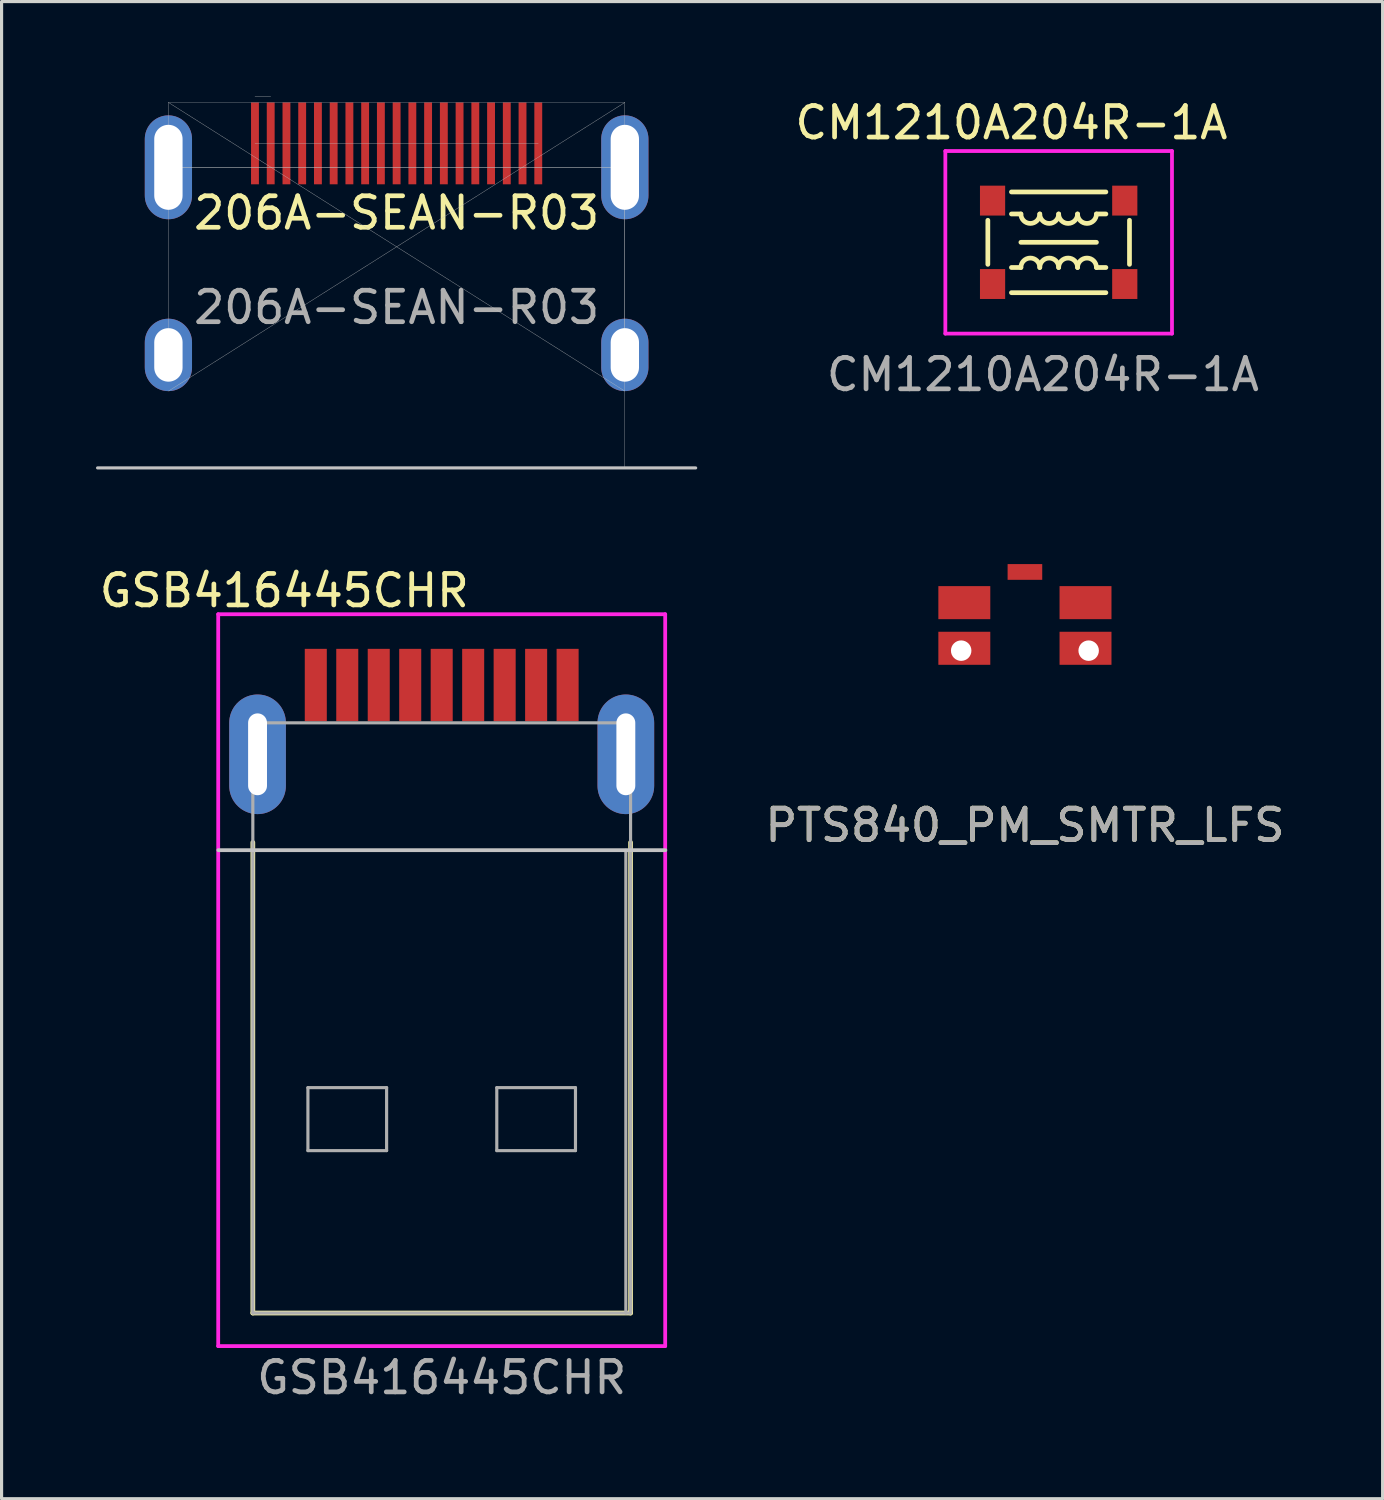
<source format=kicad_pcb>
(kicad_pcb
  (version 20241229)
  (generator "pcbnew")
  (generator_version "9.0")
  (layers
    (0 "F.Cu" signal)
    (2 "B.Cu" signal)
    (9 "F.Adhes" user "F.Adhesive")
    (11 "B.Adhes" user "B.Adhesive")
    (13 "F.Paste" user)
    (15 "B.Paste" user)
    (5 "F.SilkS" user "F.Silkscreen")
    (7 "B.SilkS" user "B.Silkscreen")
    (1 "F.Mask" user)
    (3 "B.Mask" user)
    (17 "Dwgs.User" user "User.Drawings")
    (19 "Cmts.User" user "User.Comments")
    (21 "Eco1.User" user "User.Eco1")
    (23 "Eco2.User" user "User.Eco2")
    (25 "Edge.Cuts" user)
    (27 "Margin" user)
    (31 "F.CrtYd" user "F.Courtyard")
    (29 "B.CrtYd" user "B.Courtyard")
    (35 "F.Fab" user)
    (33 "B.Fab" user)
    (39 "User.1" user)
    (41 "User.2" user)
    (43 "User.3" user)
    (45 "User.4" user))
  (footprint "206A-SEAN-R03"
    (layer "F.Cu")
    (at 9.55 4.79)
    (property "Reference" "206A-SEAN-R03" (at 0 -1.075 0) (unlocked yes) (layer "F.SilkS") (effects (font (size 1 1) (thickness 0.15))))
    (fp_line (start -9.5 7.025) (end 9.5 7.025) (stroke (width 0.1) (type solid)) (layer "Dwgs.User"))
    (fp_line (start -7.25 -4.585) (end 7.25 -4.585) (stroke (width 0.01) (type solid)) (layer "Dwgs.User"))
    (fp_line (start -7.25 -4.585) (end 7.25 4.585) (stroke (width 0.01) (type solid)) (layer "Dwgs.User"))
    (fp_line (start -7.25 -2.525) (end -7.25 -4.585) (stroke (width 0.01) (type solid)) (layer "Dwgs.User"))
    (fp_line (start -7.25 -2.525) (end -7.25 3.435) (stroke (width 0.01) (type solid)) (layer "Dwgs.User"))
    (fp_line (start -7.25 -2.525) (end 7.25 -2.525) (stroke (width 0.01) (type solid)) (layer "Dwgs.User"))
    (fp_line (start -4.5 -4.785) (end -4 -4.785) (stroke (width 0.01) (type solid)) (layer "Dwgs.User"))
    (fp_line (start -4.5 -3.285) (end 4.5 -3.285) (stroke (width 0.01) (type solid)) (layer "Dwgs.User"))
    (fp_line (start 0 -2.525) (end -7.25 -2.525) (stroke (width 0.01) (type solid)) (layer "Dwgs.User"))
    (fp_line (start 7.25 -4.585) (end -7.25 4.585) (stroke (width 0.01) (type solid)) (layer "Dwgs.User"))
    (fp_line (start 7.25 -2.525) (end 0 -2.525) (stroke (width 0.01) (type solid)) (layer "Dwgs.User"))
    (fp_line (start 7.25 -2.525) (end 7.25 -4.585) (stroke (width 0.01) (type solid)) (layer "Dwgs.User"))
    (fp_line (start 7.25 -2.525) (end 7.25 3.435) (stroke (width 0.01) (type solid)) (layer "Dwgs.User"))
    (fp_line (start 7.25 -2.525) (end 7.25 7.025) (stroke (width 0.01) (type solid)) (layer "Dwgs.User"))
    (fp_text user "${REFERENCE}" (at 0 1.925 0) (unlocked yes) (layer "F.Fab") (effects (font (size 1 1) (thickness 0.15))))
    (pad "1" smd rect (at 4.5 -3.285 180) (size 0.25 2.6) (layers "F.Cu" "F.Mask" "F.Paste"))
    (pad "2" smd rect (at 4 -3.285 180) (size 0.25 2.6) (layers "F.Cu" "F.Mask" "F.Paste"))
    (pad "3" smd rect (at 3.5 -3.285 180) (size 0.25 2.6) (layers "F.Cu" "F.Mask" "F.Paste"))
    (pad "4" smd rect (at 3 -3.285 180) (size 0.25 2.6) (layers "F.Cu" "F.Mask" "F.Paste"))
    (pad "5" smd rect (at 2.5 -3.285 180) (size 0.25 2.6) (layers "F.Cu" "F.Mask" "F.Paste"))
    (pad "6" smd rect (at 2 -3.285 180) (size 0.25 2.6) (layers "F.Cu" "F.Mask" "F.Paste"))
    (pad "7" smd rect (at 1.5 -3.285 180) (size 0.25 2.6) (layers "F.Cu" "F.Mask" "F.Paste"))
    (pad "8" smd rect (at 1 -3.285 180) (size 0.25 2.6) (layers "F.Cu" "F.Mask" "F.Paste"))
    (pad "9" smd rect (at 0.5 -3.285 180) (size 0.25 2.6) (layers "F.Cu" "F.Mask" "F.Paste"))
    (pad "10" smd rect (at 0 -3.285 180) (size 0.25 2.6) (layers "F.Cu" "F.Mask" "F.Paste"))
    (pad "11" smd rect (at -0.5 -3.285 180) (size 0.25 2.6) (layers "F.Cu" "F.Mask" "F.Paste"))
    (pad "12" smd rect (at -1 -3.285 180) (size 0.25 2.6) (layers "F.Cu" "F.Mask" "F.Paste"))
    (pad "13" smd rect (at -1.5 -3.285 180) (size 0.25 2.6) (layers "F.Cu" "F.Mask" "F.Paste"))
    (pad "14" smd rect (at -2 -3.285 180) (size 0.25 2.6) (layers "F.Cu" "F.Mask" "F.Paste"))
    (pad "15" smd rect (at -2.5 -3.285 180) (size 0.25 2.6) (layers "F.Cu" "F.Mask" "F.Paste"))
    (pad "16" smd rect (at -3 -3.285 180) (size 0.25 2.6) (layers "F.Cu" "F.Mask" "F.Paste"))
    (pad "17" smd rect (at -3.5 -3.285 180) (size 0.25 2.6) (layers "F.Cu" "F.Mask" "F.Paste"))
    (pad "18" smd rect (at -4 -3.285 180) (size 0.25 2.6) (layers "F.Cu" "F.Mask" "F.Paste"))
    (pad "19" smd rect (at -4.5 -3.285 180) (size 0.25 2.6) (layers "F.Cu" "F.Mask" "F.Paste"))
    (pad "20" thru_hole oval (at -7.25 -2.525) (size 1.5 3.3) (drill oval 0.9 2.7) (layers "*.Cu" "*.Mask"))
    (pad "20" thru_hole oval (at -7.25 3.435) (size 1.5 2.3) (drill oval 0.9 1.7) (layers "*.Cu" "*.Mask"))
    (pad "20" thru_hole oval (at 7.25 -2.525) (size 1.5 3.3) (drill oval 0.9 2.7) (layers "*.Cu" "*.Mask"))
    (pad "20" thru_hole oval (at 7.25 3.435) (size 1.5 2.3) (drill oval 0.9 1.7) (layers "*.Cu" "*.Mask")))
  (footprint "CM1210A204R-1A"
    (layer "F.Cu")
    (at 30.582 4.648)
    (property "Reference" "CM1210A204R-1A" (at -1.5 -3.8 0) (unlocked yes) (layer "F.SilkS") (effects (font (size 1 1) (thickness 0.15))))
    (attr smd)
    (fp_line (start -2.25 0.7) (end -2.25 -0.7) (stroke (width 0.15) (type default)) (layer "F.SilkS"))
    (fp_line (start -1.5 -1.6) (end 1.5 -1.6) (stroke (width 0.15) (type default)) (layer "F.SilkS"))
    (fp_line (start -1.2 -0.9) (end -1.5 -0.9) (stroke (width 0.15) (type default)) (layer "F.SilkS"))
    (fp_line (start -1.2 0) (end 1.2 0) (stroke (width 0.15) (type default)) (layer "F.SilkS"))
    (fp_line (start -1.2 0.8) (end -1.5 0.8) (stroke (width 0.15) (type default)) (layer "F.SilkS"))
    (fp_line (start 1.2 -0.9) (end 1.5 -0.9) (stroke (width 0.15) (type default)) (layer "F.SilkS"))
    (fp_line (start 1.2 0.8) (end 1.5 0.8) (stroke (width 0.15) (type default)) (layer "F.SilkS"))
    (fp_line (start 1.5 1.6) (end -1.5 1.6) (stroke (width 0.15) (type default)) (layer "F.SilkS"))
    (fp_line (start 2.25 -0.7) (end 2.25 0.7) (stroke (width 0.15) (type default)) (layer "F.SilkS"))
    (fp_arc (start -1.2 0.8) (mid -0.9 0.5) (end -0.6 0.8) (stroke (width 0.15) (type default)) (layer "F.SilkS"))
    (fp_arc (start -0.6 -0.9) (mid -0.9 -0.6) (end -1.2 -0.9) (stroke (width 0.15) (type default)) (layer "F.SilkS"))
    (fp_arc (start -0.6 0.8) (mid -0.3 0.5) (end 0 0.8) (stroke (width 0.15) (type default)) (layer "F.SilkS"))
    (fp_arc (start 0 -0.9) (mid -0.3 -0.6) (end -0.6 -0.9) (stroke (width 0.15) (type default)) (layer "F.SilkS"))
    (fp_arc (start 0 0.8) (mid 0.3 0.5) (end 0.6 0.8) (stroke (width 0.15) (type default)) (layer "F.SilkS"))
    (fp_arc (start 0.6 -0.9) (mid 0.3 -0.6) (end 0 -0.9) (stroke (width 0.15) (type default)) (layer "F.SilkS"))
    (fp_arc (start 0.6 0.8) (mid 0.9 0.5) (end 1.2 0.8) (stroke (width 0.15) (type default)) (layer "F.SilkS"))
    (fp_arc (start 1.2 -0.9) (mid 0.9 -0.6) (end 0.6 -0.9) (stroke (width 0.15) (type default)) (layer "F.SilkS"))
    (fp_line (start -3.6 2.9) (end -3.6 -2.9) (stroke (width 0.12) (type default)) (layer "F.CrtYd"))
    (fp_line (start -3.6 2.9) (end 3.6 2.9) (stroke (width 0.12) (type default)) (layer "F.CrtYd"))
    (fp_line (start 3.6 -2.9) (end -3.6 -2.9) (stroke (width 0.12) (type default)) (layer "F.CrtYd"))
    (fp_line (start 3.6 2.9) (end 3.6 -2.9) (stroke (width 0.12) (type default)) (layer "F.CrtYd"))
    (fp_text user "${REFERENCE}" (at -0.5 4.2 0) (unlocked yes) (layer "F.Fab") (effects (font (size 1 1) (thickness 0.15))))
    (pad "1" smd rect (at -2.1 -1.325) (size 0.8 0.95) (layers "F.Cu" "F.Mask" "F.Paste"))
    (pad "2" smd rect (at 2.1 -1.325) (size 0.8 0.95) (layers "F.Cu" "F.Mask" "F.Paste"))
    (pad "3" smd rect (at -2.1 1.325) (size 0.8 0.95) (layers "F.Cu" "F.Mask" "F.Paste"))
    (pad "4" smd rect (at 2.1 1.325) (size 0.8 0.95) (layers "F.Cu" "F.Mask" "F.Paste")))
  (footprint "GSB416445CHR"
    (layer "F.Cu")
    (at 6.982 18.713)
    (property "Reference" "GSB416445CHR" (at -1 -3 0) (unlocked yes) (layer "F.SilkS") (effects (font (size 1 1) (thickness 0.15))))
    (attr smd)
    (fp_line (start -2 5) (end -2 19.95) (stroke (width 0.15) (type default)) (layer "F.SilkS"))
    (fp_line (start -2 19.95) (end 10 19.95) (stroke (width 0.15) (type default)) (layer "F.SilkS"))
    (fp_line (start 10 19.95) (end 10 5) (stroke (width 0.15) (type default)) (layer "F.SilkS"))
    (fp_line (start 11.105 5.245) (end -3.095 5.245) (stroke (width 0.12) (type default)) (layer "Dwgs.User"))
    (fp_line (start -3.1 -2.25) (end -3.1 21) (stroke (width 0.12) (type default)) (layer "F.CrtYd"))
    (fp_line (start -3.1 -2.25) (end 11.1 -2.25) (stroke (width 0.12) (type default)) (layer "F.CrtYd"))
    (fp_line (start 11.1 -2.25) (end 11.1 21) (stroke (width 0.12) (type default)) (layer "F.CrtYd"))
    (fp_line (start 11.1 21) (end -3.1 21) (stroke (width 0.12) (type default)) (layer "F.CrtYd"))
    (fp_line (start -2 19.95) (end -2 1.2) (stroke (width 0.1) (type default)) (layer "F.Fab"))
    (fp_line (start -0.25 12.79) (end -0.25 14.79) (stroke (width 0.1) (type default)) (layer "F.Fab"))
    (fp_line (start -0.25 14.79) (end 2.25 14.79) (stroke (width 0.1) (type default)) (layer "F.Fab"))
    (fp_line (start 2.25 12.79) (end -0.25 12.79) (stroke (width 0.1) (type default)) (layer "F.Fab"))
    (fp_line (start 2.25 14.79) (end 2.25 12.79) (stroke (width 0.1) (type default)) (layer "F.Fab"))
    (fp_line (start 5.75 12.79) (end 5.75 14.79) (stroke (width 0.1) (type default)) (layer "F.Fab"))
    (fp_line (start 5.75 14.79) (end 8.25 14.79) (stroke (width 0.1) (type default)) (layer "F.Fab"))
    (fp_line (start 8.25 12.79) (end 5.75 12.79) (stroke (width 0.1) (type default)) (layer "F.Fab"))
    (fp_line (start 8.25 14.79) (end 8.25 12.79) (stroke (width 0.1) (type default)) (layer "F.Fab"))
    (fp_line (start 9.85 1.2) (end 9.85 3.2) (stroke (width 0.1) (type default)) (layer "F.Fab"))
    (fp_line (start 9.85 19.95) (end 9.85 5.25) (stroke (width 0.1) (type default)) (layer "F.Fab"))
    (fp_line (start 10 1.2) (end -2 1.2) (stroke (width 0.1) (type default)) (layer "F.Fab"))
    (fp_line (start 10 19.95) (end -2 19.95) (stroke (width 0.1) (type default)) (layer "F.Fab"))
    (fp_line (start 10 19.95) (end 10 1.2) (stroke (width 0.1) (type default)) (layer "F.Fab"))
    (fp_text user "${REFERENCE}" (at 4 22 0) (unlocked yes) (layer "F.Fab") (effects (font (size 1 1) (thickness 0.15))))
    (pad "1" smd rect (at 7 0) (size 0.7 2.3) (layers "F.Cu" "F.Mask" "F.Paste"))
    (pad "2" smd rect (at 5 0) (size 0.7 2.3) (layers "F.Cu" "F.Mask" "F.Paste"))
    (pad "3" smd rect (at 3 0) (size 0.7 2.3) (layers "F.Cu" "F.Mask" "F.Paste"))
    (pad "4" smd rect (at 1 0) (size 0.7 2.3) (layers "F.Cu" "F.Mask" "F.Paste"))
    (pad "5" smd rect (at 0 0) (size 0.7 2.3) (layers "F.Cu" "F.Mask" "F.Paste"))
    (pad "6" smd rect (at 2 0) (size 0.7 2.3) (layers "F.Cu" "F.Mask" "F.Paste"))
    (pad "7" smd rect (at 4 0) (size 0.7 2.3) (layers "F.Cu" "F.Mask" "F.Paste"))
    (pad "8" smd rect (at 6 0) (size 0.7 2.3) (layers "F.Cu" "F.Mask" "F.Paste"))
    (pad "9" smd rect (at 8 0) (size 0.7 2.3) (layers "F.Cu" "F.Mask" "F.Paste"))
    (pad "10" thru_hole oval (at -1.85 2.2) (size 1.8 3.8) (drill oval 0.6 2.6) (layers "*.Cu" "*.Mask"))
    (pad "10" thru_hole oval (at 9.85 2.2) (size 1.8 3.8) (drill oval 0.6 2.6) (layers "*.Cu" "*.Mask")))
  (footprint "PTS840_PM_SMTR_LFS"
    (layer "F.Cu")
    (at 29.51 16.82)
    (property "Reference" "PTS840_PM_SMTR_LFS" (at 0 6.35 0) (unlocked yes) (layer "F.SilkS") (effects (font (size 1 1) (thickness 0.15))))
    (fp_line (start -2.75 -1.25) (end -2.75 1.25) (stroke (width 0.01) (type solid)) (layer "User.1"))
    (fp_line (start -2.75 -1.25) (end -2.55 -1.25) (stroke (width 0.01) (type solid)) (layer "User.1"))
    (fp_line (start -2.75 -1.25) (end -1.1 -0.2) (stroke (width 0.01) (type solid)) (layer "User.1"))
    (fp_line (start -2.75 -1.25) (end 2.75 -1.25) (stroke (width 0.01) (type solid)) (layer "User.1"))
    (fp_line (start -2.75 -1.15) (end -2.75 -1.25) (stroke (width 0.01) (type solid)) (layer "User.1"))
    (fp_line (start -2.75 -0.2) (end -2.75 -0.3) (stroke (width 0.01) (type solid)) (layer "User.1"))
    (fp_line (start -2.75 1.25) (end 2.75 1.25) (stroke (width 0.01) (type solid)) (layer "User.1"))
    (fp_line (start -2.025 0) (end -2.025 0.8) (stroke (width 0.01) (type solid)) (layer "User.1"))
    (fp_line (start -2.025 0.8) (end 2.025 0.8) (stroke (width 0.01) (type solid)) (layer "User.1"))
    (fp_line (start -1.1 -1.25) (end -2.75 -0.2) (stroke (width 0.01) (type solid)) (layer "User.1"))
    (fp_line (start -1.1 -1.25) (end -1.2 -1.25) (stroke (width 0.01) (type solid)) (layer "User.1"))
    (fp_line (start -1.1 -0.2) (end -1.1 0.2) (stroke (width 0.01) (type solid)) (layer "User.1"))
    (fp_line (start -1.1 -0.2) (end 1.1 -0.2) (stroke (width 0.01) (type solid)) (layer "User.1"))
    (fp_line (start -1.1 0.2) (end -2.75 1.25) (stroke (width 0.01) (type solid)) (layer "User.1"))
    (fp_line (start -1.1 0.2) (end 1.1 0.2) (stroke (width 0.01) (type solid)) (layer "User.1"))
    (fp_line (start -1.1 1.25) (end -2.75 0.2) (stroke (width 0.01) (type solid)) (layer "User.1"))
    (fp_line (start -0.55 -1.95) (end 0.55 -1.95) (stroke (width 0.01) (type solid)) (layer "User.1"))
    (fp_line (start -0.55 -1.45) (end 0.55 -1.45) (stroke (width 0.01) (type solid)) (layer "User.1"))
    (fp_line (start -0.55 0) (end -0.55 -1.95) (stroke (width 0.01) (type solid)) (layer "User.1"))
    (fp_line (start -0.55 0) (end -0.55 -1.45) (stroke (width 0.01) (type solid)) (layer "User.1"))
    (fp_line (start 0.55 0) (end 0.55 -1.95) (stroke (width 0.01) (type solid)) (layer "User.1"))
    (fp_line (start 0.55 0) (end 0.55 -1.45) (stroke (width 0.01) (type solid)) (layer "User.1"))
    (fp_line (start 1.1 -1.25) (end 2.75 -0.2) (stroke (width 0.01) (type solid)) (layer "User.1"))
    (fp_line (start 1.1 -0.2) (end 1.1 0.2) (stroke (width 0.01) (type solid)) (layer "User.1"))
    (fp_line (start 1.1 -0.2) (end 2.75 -1.25) (stroke (width 0.01) (type solid)) (layer "User.1"))
    (fp_line (start 1.1 0.2) (end 2.75 1.25) (stroke (width 0.01) (type solid)) (layer "User.1"))
    (fp_line (start 1.1 1.25) (end 2.75 0.2) (stroke (width 0.01) (type solid)) (layer "User.1"))
    (fp_line (start 2.025 0) (end 2.025 0.8) (stroke (width 0.01) (type solid)) (layer "User.1"))
    (fp_line (start 2.75 -1.25) (end 2.75 1.25) (stroke (width 0.01) (type solid)) (layer "User.1"))
    (fp_text user "${REFERENCE}" (at 0 6.35 0) (unlocked yes) (layer "F.Fab") (effects (font (size 1 1) (thickness 0.15))))
    (pad "" np_thru_hole circle (at -2.025 0.8) (size 0.65 0.65) (drill 0.762) (layers "*.Cu" "*.Mask"))
    (pad "" smd rect (at 0 -1.7) (size 1.1 0.5) (layers "F.Cu" "F.Mask" "F.Paste"))
    (pad "" np_thru_hole circle (at 2.025 0.8) (size 0.65 0.65) (drill 0.762) (layers "*.Cu" "*.Mask"))
    (pad "1" smd rect (at -1.925 -0.725) (size 1.65 1.05) (layers "F.Cu" "F.Mask" "F.Paste"))
    (pad "1" smd rect (at 1.925 -0.725) (size 1.65 1.05) (layers "F.Cu" "F.Mask" "F.Paste"))
    (pad "2" smd rect (at -1.925 0.725) (size 1.65 1.05) (layers "F.Cu" "F.Mask" "F.Paste"))
    (pad "2" smd rect (at 1.925 0.725) (size 1.65 1.05) (layers "F.Cu" "F.Mask" "F.Paste")))
  (gr_rect
    (start -3 -3)
    (end 40.873 44.562)
    (stroke (width 0.1) (type default))
    (fill no)
    (layer "Edge.Cuts")))
</source>
